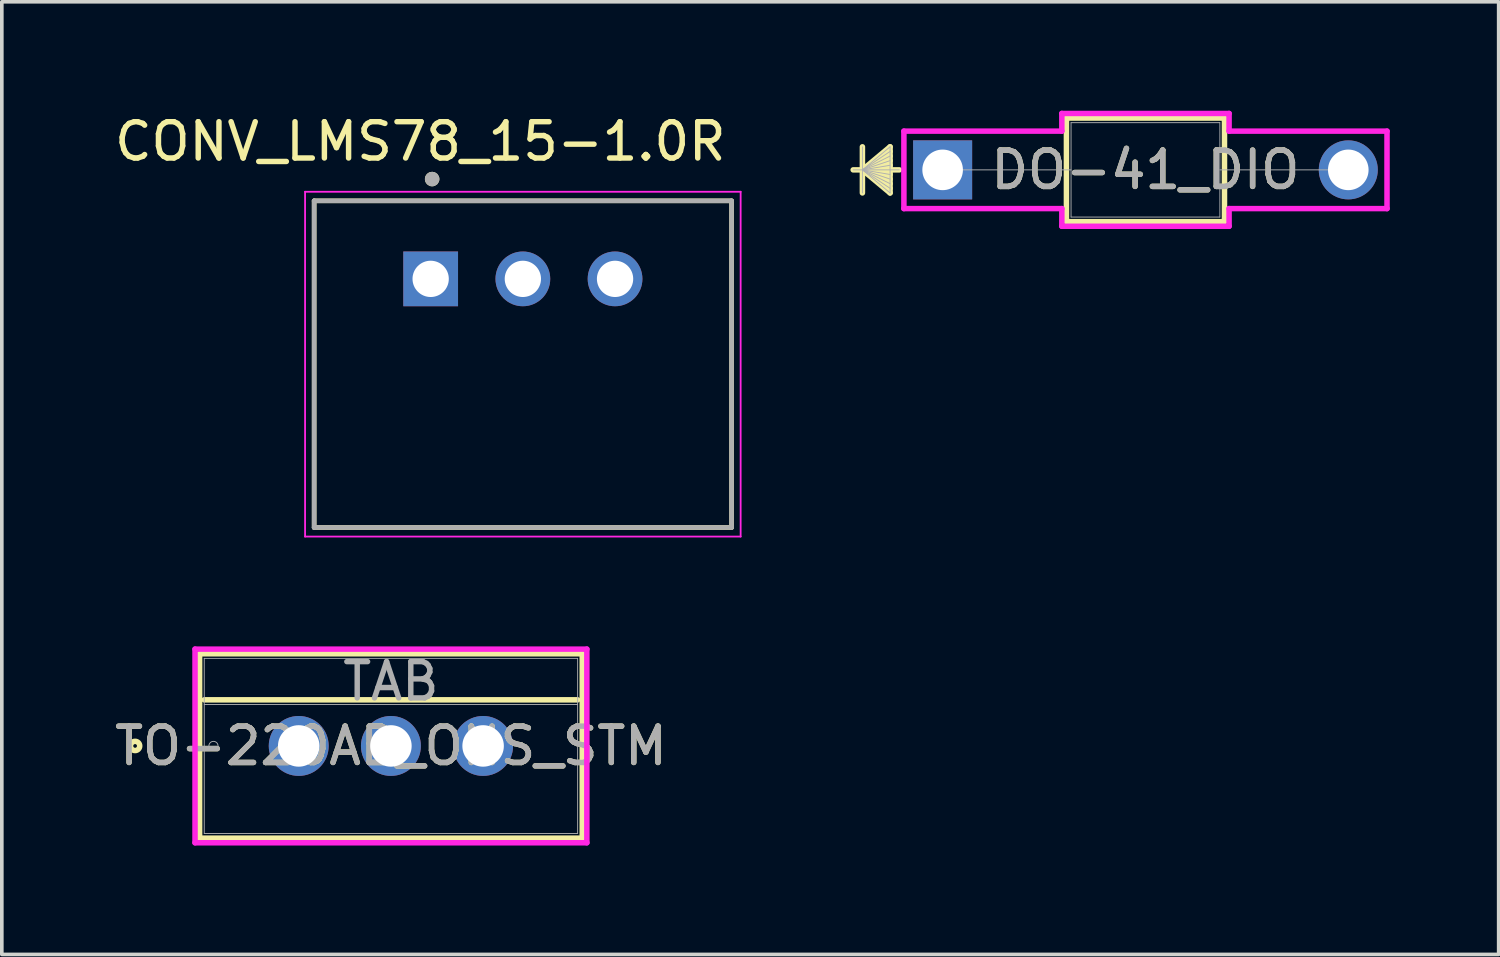
<source format=kicad_pcb>
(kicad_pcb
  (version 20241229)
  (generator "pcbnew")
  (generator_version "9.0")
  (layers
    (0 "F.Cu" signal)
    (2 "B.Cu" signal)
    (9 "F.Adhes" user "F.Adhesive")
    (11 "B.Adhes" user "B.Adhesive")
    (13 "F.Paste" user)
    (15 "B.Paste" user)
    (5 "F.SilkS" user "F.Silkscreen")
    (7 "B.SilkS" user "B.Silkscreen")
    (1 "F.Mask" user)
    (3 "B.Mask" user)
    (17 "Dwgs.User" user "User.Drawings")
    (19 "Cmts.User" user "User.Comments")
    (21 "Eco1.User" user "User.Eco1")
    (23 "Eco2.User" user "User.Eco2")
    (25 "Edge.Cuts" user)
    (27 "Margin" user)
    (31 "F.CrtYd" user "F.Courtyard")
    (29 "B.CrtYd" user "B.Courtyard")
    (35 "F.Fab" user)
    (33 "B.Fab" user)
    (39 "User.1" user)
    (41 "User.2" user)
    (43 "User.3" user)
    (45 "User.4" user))
  (footprint "TO-220AB_ONS_STM"
    (layer "F.Cu")
    (at 5.18 17.501)
    (property "Reference" "TO-220AB_ONS_STM" (at 2.54 0 0) (unlocked yes) (layer "F.SilkS") (effects (font (size 1 1) (thickness 0.15))))
    (attr through_hole)
    (fp_line (start -2.731 -2.54) (end -2.731 2.54) (stroke (width 0.152) (type solid)) (layer "F.SilkS"))
    (fp_line (start -2.731 2.54) (end 7.811 2.54) (stroke (width 0.152) (type solid)) (layer "F.SilkS"))
    (fp_line (start -2.603 -1.27) (end 7.684 -1.27) (stroke (width 0.152) (type solid)) (layer "F.SilkS"))
    (fp_line (start 7.811 -2.54) (end -2.731 -2.54) (stroke (width 0.152) (type solid)) (layer "F.SilkS"))
    (fp_line (start 7.811 2.54) (end 7.811 -2.54) (stroke (width 0.152) (type solid)) (layer "F.SilkS"))
    (fp_circle (center -4.508 0) (end -4.381 0) (stroke (width 0.152) (type solid)) (fill no) (layer "F.SilkS"))
    (fp_line (start -2.857 -2.667) (end -2.857 2.667) (stroke (width 0.152) (type solid)) (layer "F.CrtYd"))
    (fp_line (start -2.857 2.667) (end 7.938 2.667) (stroke (width 0.152) (type solid)) (layer "F.CrtYd"))
    (fp_line (start 7.938 -2.667) (end -2.857 -2.667) (stroke (width 0.152) (type solid)) (layer "F.CrtYd"))
    (fp_line (start 7.938 2.667) (end 7.938 -2.667) (stroke (width 0.152) (type solid)) (layer "F.CrtYd"))
    (fp_line (start -2.603 -2.413) (end -2.603 2.413) (stroke (width 0.025) (type solid)) (layer "F.Fab"))
    (fp_line (start -2.603 -1.143) (end 7.684 -1.143) (stroke (width 0.025) (type solid)) (layer "F.Fab"))
    (fp_line (start -2.603 2.413) (end 7.684 2.413) (stroke (width 0.025) (type solid)) (layer "F.Fab"))
    (fp_line (start 7.684 -2.413) (end -2.603 -2.413) (stroke (width 0.025) (type solid)) (layer "F.Fab"))
    (fp_line (start 7.684 2.413) (end 7.684 -2.413) (stroke (width 0.025) (type solid)) (layer "F.Fab"))
    (fp_circle (center -2.349 0) (end -2.223 0) (stroke (width 0.025) (type solid)) (fill no) (layer "F.Fab"))
    (fp_text user "TAB" (at 2.54 -1.778 0) (unlocked yes) (layer "F.Fab") (effects (font (size 1 1) (thickness 0.15))))
    (fp_text user "${REFERENCE}" (at 2.54 0 0) (unlocked yes) (layer "F.Fab") (effects (font (size 1 1) (thickness 0.15))))
    (pad "1" thru_hole circle (at 0 0) (size 1.651 1.651) (drill 1.143) (layers "*.Cu" "*.Mask"))
    (pad "2" thru_hole circle (at 2.54 0) (size 1.651 1.651) (drill 1.143) (layers "*.Cu" "*.Mask"))
    (pad "3" thru_hole circle (at 5.08 0) (size 1.651 1.651) (drill 1.143) (layers "*.Cu" "*.Mask")))
  (footprint "DO-41_DIO"
    (layer "F.Cu")
    (at 22.92 1.63)
    (property "Reference" "DO-41_DIO" (at 5.588 0 0) (unlocked yes) (layer "F.SilkS") (effects (font (size 1 1) (thickness 0.15))))
    (attr through_hole)
    (fp_line (start -2.21 -0.635) (end -2.21 0.635) (stroke (width 0.152) (type solid)) (layer "F.SilkS"))
    (fp_line (start -2.21 0) (end -1.448 -0.635) (stroke (width 0.152) (type solid)) (layer "F.SilkS"))
    (fp_line (start -2.21 0) (end -1.448 -0.508) (stroke (width 0.152) (type solid)) (layer "F.SilkS"))
    (fp_line (start -2.21 0) (end -1.448 -0.381) (stroke (width 0.152) (type solid)) (layer "F.SilkS"))
    (fp_line (start -2.21 0) (end -1.448 -0.254) (stroke (width 0.152) (type solid)) (layer "F.SilkS"))
    (fp_line (start -2.21 0) (end -1.448 -0.127) (stroke (width 0.152) (type solid)) (layer "F.SilkS"))
    (fp_line (start -2.21 0) (end -1.448 0.127) (stroke (width 0.152) (type solid)) (layer "F.SilkS"))
    (fp_line (start -2.21 0) (end -1.448 0.254) (stroke (width 0.152) (type solid)) (layer "F.SilkS"))
    (fp_line (start -2.21 0) (end -1.448 0.381) (stroke (width 0.152) (type solid)) (layer "F.SilkS"))
    (fp_line (start -2.21 0) (end -1.448 0.508) (stroke (width 0.152) (type solid)) (layer "F.SilkS"))
    (fp_line (start -2.21 0) (end -1.448 0.635) (stroke (width 0.152) (type solid)) (layer "F.SilkS"))
    (fp_line (start -1.448 -0.635) (end -1.448 0.635) (stroke (width 0.152) (type solid)) (layer "F.SilkS"))
    (fp_line (start -1.194 0) (end -2.464 0) (stroke (width 0.152) (type solid)) (layer "F.SilkS"))
    (fp_line (start 3.411 -1.427) (end 3.411 1.427) (stroke (width 0.152) (type solid)) (layer "F.SilkS"))
    (fp_line (start 3.411 1.427) (end 7.765 1.427) (stroke (width 0.152) (type solid)) (layer "F.SilkS"))
    (fp_line (start 7.765 -1.427) (end 3.411 -1.427) (stroke (width 0.152) (type solid)) (layer "F.SilkS"))
    (fp_line (start 7.765 1.427) (end 7.765 -1.427) (stroke (width 0.152) (type solid)) (layer "F.SilkS"))
    (fp_line (start -1.067 -1.067) (end 3.284 -1.067) (stroke (width 0.152) (type solid)) (layer "F.CrtYd"))
    (fp_line (start -1.067 1.067) (end -1.067 -1.067) (stroke (width 0.152) (type solid)) (layer "F.CrtYd"))
    (fp_line (start 3.284 -1.554) (end 7.892 -1.554) (stroke (width 0.152) (type solid)) (layer "F.CrtYd"))
    (fp_line (start 3.284 -1.067) (end 3.284 -1.554) (stroke (width 0.152) (type solid)) (layer "F.CrtYd"))
    (fp_line (start 3.284 1.067) (end -1.067 1.067) (stroke (width 0.152) (type solid)) (layer "F.CrtYd"))
    (fp_line (start 3.284 1.554) (end 3.284 1.067) (stroke (width 0.152) (type solid)) (layer "F.CrtYd"))
    (fp_line (start 7.892 -1.554) (end 7.892 -1.067) (stroke (width 0.152) (type solid)) (layer "F.CrtYd"))
    (fp_line (start 7.892 -1.067) (end 12.243 -1.067) (stroke (width 0.152) (type solid)) (layer "F.CrtYd"))
    (fp_line (start 7.892 1.067) (end 7.892 1.554) (stroke (width 0.152) (type solid)) (layer "F.CrtYd"))
    (fp_line (start 7.892 1.554) (end 3.284 1.554) (stroke (width 0.152) (type solid)) (layer "F.CrtYd"))
    (fp_line (start 12.243 -1.067) (end 12.243 1.067) (stroke (width 0.152) (type solid)) (layer "F.CrtYd"))
    (fp_line (start 12.243 1.067) (end 7.892 1.067) (stroke (width 0.152) (type solid)) (layer "F.CrtYd"))
    (fp_line (start -2.21 -0.635) (end -2.21 0.635) (stroke (width 0.025) (type solid)) (layer "F.Fab"))
    (fp_line (start -2.21 0) (end -1.448 -0.635) (stroke (width 0.025) (type solid)) (layer "F.Fab"))
    (fp_line (start -2.21 0) (end -1.448 -0.508) (stroke (width 0.025) (type solid)) (layer "F.Fab"))
    (fp_line (start -2.21 0) (end -1.448 -0.381) (stroke (width 0.025) (type solid)) (layer "F.Fab"))
    (fp_line (start -2.21 0) (end -1.448 -0.254) (stroke (width 0.025) (type solid)) (layer "F.Fab"))
    (fp_line (start -2.21 0) (end -1.448 -0.127) (stroke (width 0.025) (type solid)) (layer "F.Fab"))
    (fp_line (start -2.21 0) (end -1.448 0.127) (stroke (width 0.025) (type solid)) (layer "F.Fab"))
    (fp_line (start -2.21 0) (end -1.448 0.254) (stroke (width 0.025) (type solid)) (layer "F.Fab"))
    (fp_line (start -2.21 0) (end -1.448 0.381) (stroke (width 0.025) (type solid)) (layer "F.Fab"))
    (fp_line (start -2.21 0) (end -1.448 0.508) (stroke (width 0.025) (type solid)) (layer "F.Fab"))
    (fp_line (start -2.21 0) (end -1.448 0.635) (stroke (width 0.025) (type solid)) (layer "F.Fab"))
    (fp_line (start -1.448 -0.635) (end -1.448 0.635) (stroke (width 0.025) (type solid)) (layer "F.Fab"))
    (fp_line (start -1.194 0) (end -2.464 0) (stroke (width 0.025) (type solid)) (layer "F.Fab"))
    (fp_line (start 0 0) (end 3.538 0) (stroke (width 0.025) (type solid)) (layer "F.Fab"))
    (fp_line (start 3.538 -1.3) (end 3.538 1.3) (stroke (width 0.025) (type solid)) (layer "F.Fab"))
    (fp_line (start 3.538 1.3) (end 7.638 1.3) (stroke (width 0.025) (type solid)) (layer "F.Fab"))
    (fp_line (start 7.638 -1.3) (end 3.538 -1.3) (stroke (width 0.025) (type solid)) (layer "F.Fab"))
    (fp_line (start 7.638 1.3) (end 7.638 -1.3) (stroke (width 0.025) (type solid)) (layer "F.Fab"))
    (fp_line (start 11.176 0) (end 7.638 0) (stroke (width 0.025) (type solid)) (layer "F.Fab"))
    (fp_text user "${REFERENCE}" (at 5.588 0 0) (unlocked yes) (layer "F.Fab") (effects (font (size 1 1) (thickness 0.15))))
    (pad "1" thru_hole rect (at 0 0) (size 1.626 1.626) (drill 1.118) (layers "*.Cu" "*.Mask"))
    (pad "2" thru_hole circle (at 11.176 0) (size 1.626 1.626) (drill 1.118) (layers "*.Cu" "*.Mask")))
  (footprint "CONV_LMS78_15-1.0R"
    (layer "F.Cu")
    (at 11.355 6.983)
    (property "Reference" "CONV_LMS78_15-1.0R" (at -2.825 -6.135 0) (layer "F.SilkS") (effects (font (size 1 1) (thickness 0.15))))
    (attr through_hole)
    (fp_line (start -5.75 -4.5) (end -5.75 4.5) (stroke (width 0.127) (type solid)) (layer "F.SilkS"))
    (fp_line (start -5.75 4.5) (end 5.75 4.5) (stroke (width 0.127) (type solid)) (layer "F.SilkS"))
    (fp_line (start 5.75 -4.5) (end -5.75 -4.5) (stroke (width 0.127) (type solid)) (layer "F.SilkS"))
    (fp_line (start 5.75 4.5) (end 5.75 -4.5) (stroke (width 0.127) (type solid)) (layer "F.SilkS"))
    (fp_circle (center -2.5 -5.1) (end -2.4 -5.1) (stroke (width 0.2) (type solid)) (fill no) (layer "F.SilkS"))
    (fp_line (start -6 -4.75) (end -6 4.75) (stroke (width 0.05) (type solid)) (layer "F.CrtYd"))
    (fp_line (start -6 4.75) (end 6 4.75) (stroke (width 0.05) (type solid)) (layer "F.CrtYd"))
    (fp_line (start 6 -4.75) (end -6 -4.75) (stroke (width 0.05) (type solid)) (layer "F.CrtYd"))
    (fp_line (start 6 4.75) (end 6 -4.75) (stroke (width 0.05) (type solid)) (layer "F.CrtYd"))
    (fp_line (start -5.75 -4.5) (end -5.75 4.5) (stroke (width 0.127) (type solid)) (layer "F.Fab"))
    (fp_line (start -5.75 4.5) (end 5.75 4.5) (stroke (width 0.127) (type solid)) (layer "F.Fab"))
    (fp_line (start 5.75 -4.5) (end -5.75 -4.5) (stroke (width 0.127) (type solid)) (layer "F.Fab"))
    (fp_line (start 5.75 4.5) (end 5.75 -4.5) (stroke (width 0.127) (type solid)) (layer "F.Fab"))
    (fp_circle (center -2.5 -5.1) (end -2.4 -5.1) (stroke (width 0.2) (type solid)) (fill no) (layer "F.Fab"))
    (pad "1" thru_hole rect (at -2.54 -2.35) (size 1.508 1.508) (drill 1) (layers "*.Cu" "*.Mask"))
    (pad "2" thru_hole circle (at 0 -2.35) (size 1.508 1.508) (drill 1) (layers "*.Cu" "*.Mask"))
    (pad "3" thru_hole circle (at 2.54 -2.35) (size 1.508 1.508) (drill 1) (layers "*.Cu" "*.Mask")))
  (gr_rect
    (start -3 -3)
    (end 38.239 23.245)
    (stroke (width 0.1) (type default))
    (fill no)
    (layer "Edge.Cuts")))
</source>
